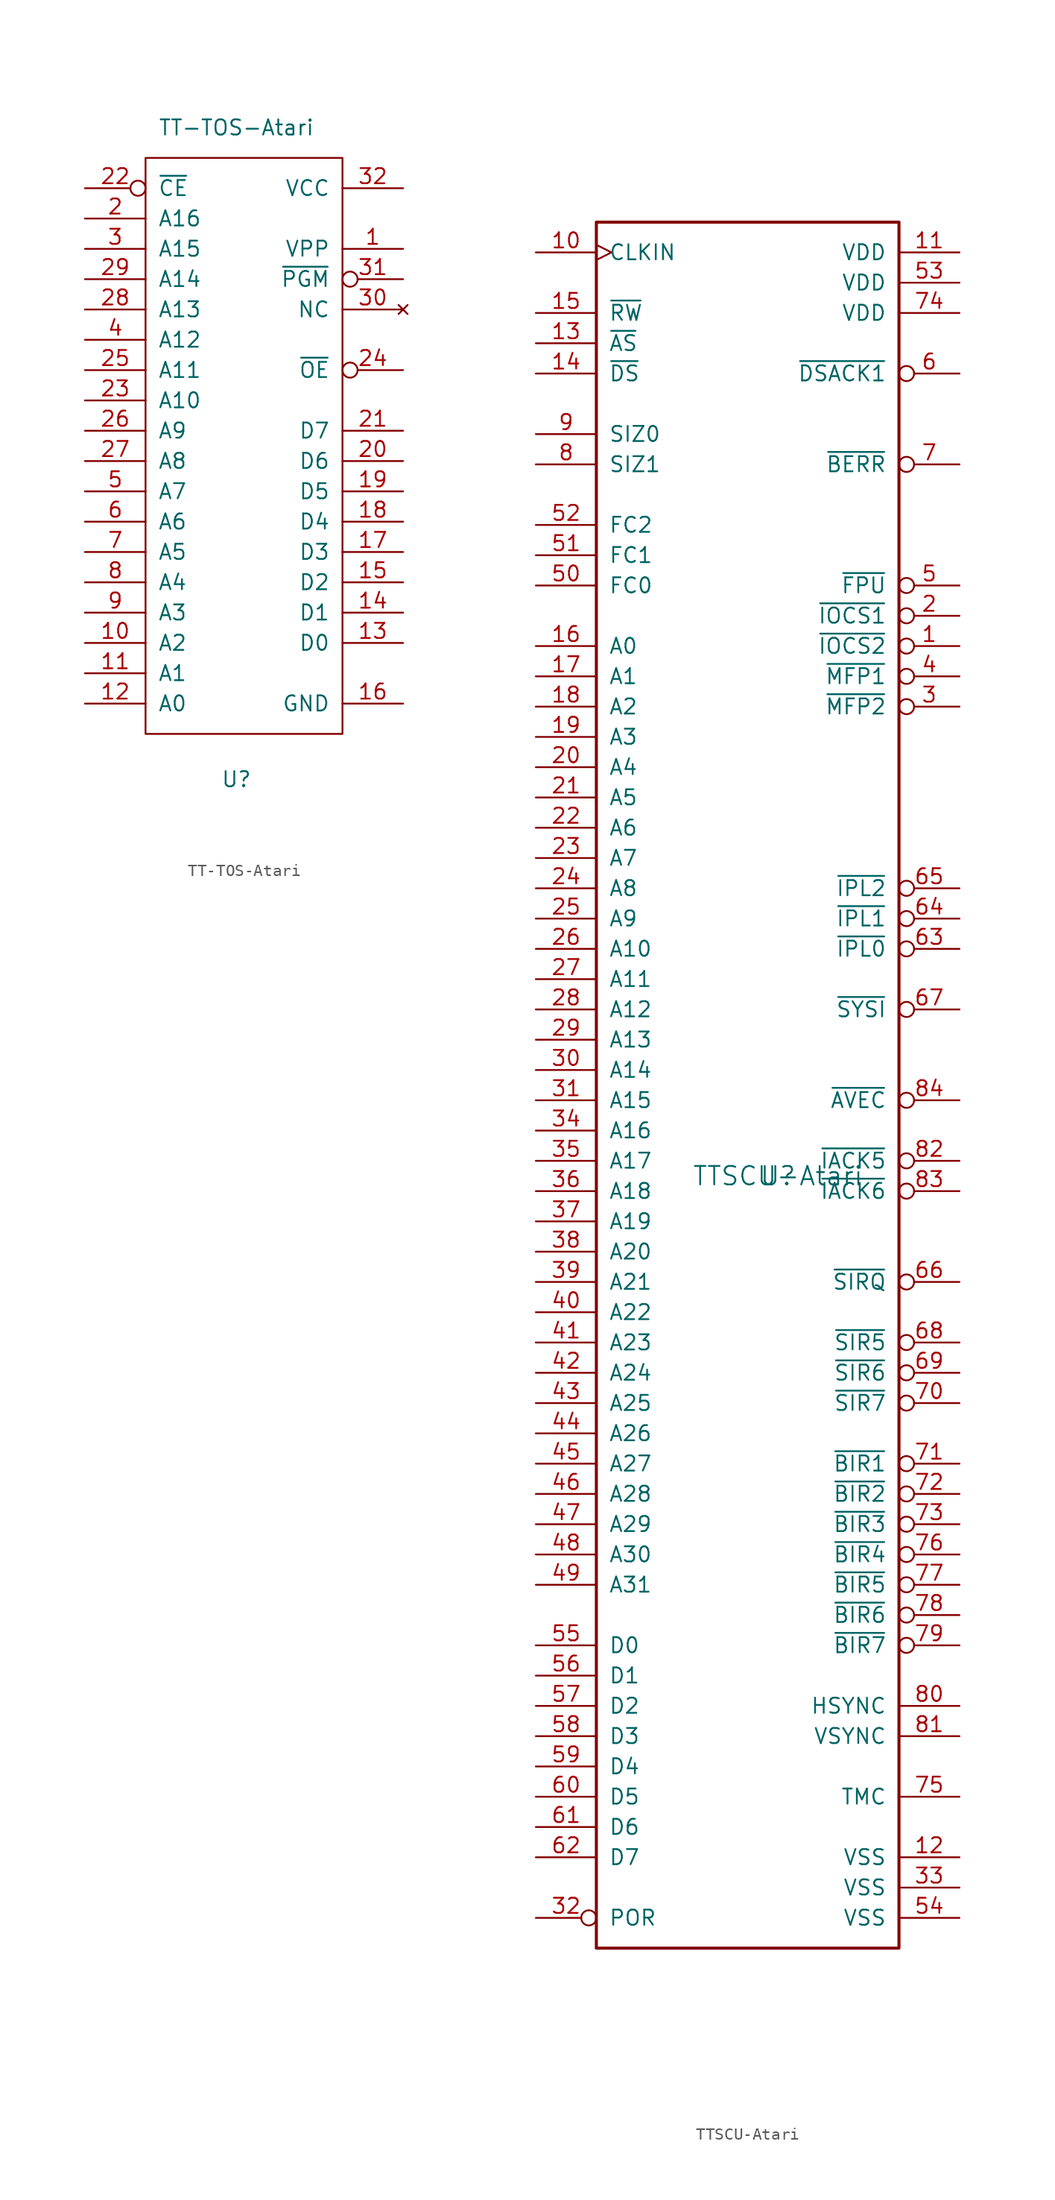
<source format=kicad_sym>
(kicad_symbol_lib
  (version 20231120)
  (generator "kicad_symbol_editor")
  (generator_version "8.0")
  (symbol "TT-TOS-Atari"
    (pin_names
      (offset 1.016))
    (property "Reference" "U"
      (at 0 -33.02 0)
      (effects (font (size 1.27 1.27))))
    (property "Value" "TT-TOS-Atari"
      (at 0 21.59 0)
      (effects (font (size 1.27 1.27))))
    (symbol "TT-TOS-Atari_0_0"
      (pin power_in line (at 13.97 -26.67 180) (length 5.08) (name "GND" (effects (font (size 1.27 1.27)))) (number "16" (effects (font (size 1.27 1.27)))))
      (pin no_connect line (at 13.97 6.35 180) (length 5.08) (name "NC" (effects (font (size 1.27 1.27)))) (number "30" (effects (font (size 1.27 1.27)))))
      (pin power_in line (at 13.97 16.51 180) (length 5.08) (name "VCC" (effects (font (size 1.27 1.27)))) (number "32" (effects (font (size 1.27 1.27))))))
    (symbol "TT-TOS-Atari_0_1"
      (rectangle (start -7.62 19.05) (end 8.89 -29.21) (stroke (width 0) (type solid)) (fill (type none))))
    (symbol "TT-TOS-Atari_1_1"
      (pin input line (at 13.97 11.43 180) (length 5.08) (name "VPP" (effects (font (size 1.27 1.27)))) (number "1" (effects (font (size 1.27 1.27)))))
      (pin input line (at -12.7 -21.59 0) (length 5.08) (name "A2" (effects (font (size 1.27 1.27)))) (number "10" (effects (font (size 1.27 1.27)))))
      (pin input line (at -12.7 -24.13 0) (length 5.08) (name "A1" (effects (font (size 1.27 1.27)))) (number "11" (effects (font (size 1.27 1.27)))))
      (pin input line (at -12.7 -26.67 0) (length 5.08) (name "A0" (effects (font (size 1.27 1.27)))) (number "12" (effects (font (size 1.27 1.27)))))
      (pin tri_state line (at 13.97 -21.59 180) (length 5.08) (name "D0" (effects (font (size 1.27 1.27)))) (number "13" (effects (font (size 1.27 1.27)))))
      (pin tri_state line (at 13.97 -19.05 180) (length 5.08) (name "D1" (effects (font (size 1.27 1.27)))) (number "14" (effects (font (size 1.27 1.27)))))
      (pin tri_state line (at 13.97 -16.51 180) (length 5.08) (name "D2" (effects (font (size 1.27 1.27)))) (number "15" (effects (font (size 1.27 1.27)))))
      (pin tri_state line (at 13.97 -13.97 180) (length 5.08) (name "D3" (effects (font (size 1.27 1.27)))) (number "17" (effects (font (size 1.27 1.27)))))
      (pin tri_state line (at 13.97 -11.43 180) (length 5.08) (name "D4" (effects (font (size 1.27 1.27)))) (number "18" (effects (font (size 1.27 1.27)))))
      (pin tri_state line (at 13.97 -8.89 180) (length 5.08) (name "D5" (effects (font (size 1.27 1.27)))) (number "19" (effects (font (size 1.27 1.27)))))
      (pin input line (at -12.7 13.97 0) (length 5.08) (name "A16" (effects (font (size 1.27 1.27)))) (number "2" (effects (font (size 1.27 1.27)))))
      (pin tri_state line (at 13.97 -6.35 180) (length 5.08) (name "D6" (effects (font (size 1.27 1.27)))) (number "20" (effects (font (size 1.27 1.27)))))
      (pin tri_state line (at 13.97 -3.81 180) (length 5.08) (name "D7" (effects (font (size 1.27 1.27)))) (number "21" (effects (font (size 1.27 1.27)))))
      (pin input inverted (at -12.7 16.51 0) (length 5.08) (name "~{CE}" (effects (font (size 1.27 1.27)))) (number "22" (effects (font (size 1.27 1.27)))))
      (pin input line (at -12.7 -1.27 0) (length 5.08) (name "A10" (effects (font (size 1.27 1.27)))) (number "23" (effects (font (size 1.27 1.27)))))
      (pin input inverted (at 13.97 1.27 180) (length 5.08) (name "~{OE}" (effects (font (size 1.27 1.27)))) (number "24" (effects (font (size 1.27 1.27)))))
      (pin input line (at -12.7 1.27 0) (length 5.08) (name "A11" (effects (font (size 1.27 1.27)))) (number "25" (effects (font (size 1.27 1.27)))))
      (pin input line (at -12.7 -3.81 0) (length 5.08) (name "A9" (effects (font (size 1.27 1.27)))) (number "26" (effects (font (size 1.27 1.27)))))
      (pin input line (at -12.7 -6.35 0) (length 5.08) (name "A8" (effects (font (size 1.27 1.27)))) (number "27" (effects (font (size 1.27 1.27)))))
      (pin input line (at -12.7 6.35 0) (length 5.08) (name "A13" (effects (font (size 1.27 1.27)))) (number "28" (effects (font (size 1.27 1.27)))))
      (pin input line (at -12.7 8.89 0) (length 5.08) (name "A14" (effects (font (size 1.27 1.27)))) (number "29" (effects (font (size 1.27 1.27)))))
      (pin input line (at -12.7 11.43 0) (length 5.08) (name "A15" (effects (font (size 1.27 1.27)))) (number "3" (effects (font (size 1.27 1.27)))))
      (pin input inverted (at 13.97 8.89 180) (length 5.08) (name "~{PGM}" (effects (font (size 1.27 1.27)))) (number "31" (effects (font (size 1.27 1.27)))))
      (pin input line (at -12.7 3.81 0) (length 5.08) (name "A12" (effects (font (size 1.27 1.27)))) (number "4" (effects (font (size 1.27 1.27)))))
      (pin input line (at -12.7 -8.89 0) (length 5.08) (name "A7" (effects (font (size 1.27 1.27)))) (number "5" (effects (font (size 1.27 1.27)))))
      (pin input line (at -12.7 -11.43 0) (length 5.08) (name "A6" (effects (font (size 1.27 1.27)))) (number "6" (effects (font (size 1.27 1.27)))))
      (pin input line (at -12.7 -13.97 0) (length 5.08) (name "A5" (effects (font (size 1.27 1.27)))) (number "7" (effects (font (size 1.27 1.27)))))
      (pin input line (at -12.7 -16.51 0) (length 5.08) (name "A4" (effects (font (size 1.27 1.27)))) (number "8" (effects (font (size 1.27 1.27)))))
      (pin input line (at -12.7 -19.05 0) (length 5.08) (name "A3" (effects (font (size 1.27 1.27)))) (number "9" (effects (font (size 1.27 1.27)))))))
  (symbol "TTSCU-Atari"
    (pin_names
      (offset 1.016))
    (property "Reference" "U"
      (at 1.27 -7.62 0)
      (effects (font (size 1.549 1.549))))
    (property "Value" "TTSCU-Atari"
      (at 1.27 -7.62 0)
      (effects (font (size 1.549 1.549))))
    (symbol "TTSCU-Atari_0_0"
      (pin input inverted (at 16.51 36.83 180) (length 5.08) (name "~{IOCS2}" (effects (font (size 1.27 1.27)))) (number "1" (effects (font (size 1.27 1.27)))))
      (pin input clock (at -19.05 69.85 0) (length 5.08) (name "CLKIN" (effects (font (size 1.27 1.27)))) (number "10" (effects (font (size 1.27 1.27)))))
      (pin power_in line (at 16.51 69.85 180) (length 5.08) (name "VDD" (effects (font (size 1.27 1.27)))) (number "11" (effects (font (size 1.27 1.27)))))
      (pin power_in line (at 16.51 -64.77 180) (length 5.08) (name "VSS" (effects (font (size 1.27 1.27)))) (number "12" (effects (font (size 1.27 1.27)))))
      (pin input line (at -19.05 62.23 0) (length 5.08) (name "~{AS}" (effects (font (size 1.27 1.27)))) (number "13" (effects (font (size 1.27 1.27)))))
      (pin input line (at -19.05 59.69 0) (length 5.08) (name "~{DS}" (effects (font (size 1.27 1.27)))) (number "14" (effects (font (size 1.27 1.27)))))
      (pin input line (at -19.05 64.77 0) (length 5.08) (name "~{RW}" (effects (font (size 1.27 1.27)))) (number "15" (effects (font (size 1.27 1.27)))))
      (pin input line (at -19.05 36.83 0) (length 5.08) (name "A0" (effects (font (size 1.27 1.27)))) (number "16" (effects (font (size 1.27 1.27)))))
      (pin input line (at -19.05 34.29 0) (length 5.08) (name "A1" (effects (font (size 1.27 1.27)))) (number "17" (effects (font (size 1.27 1.27)))))
      (pin input line (at -19.05 31.75 0) (length 5.08) (name "A2" (effects (font (size 1.27 1.27)))) (number "18" (effects (font (size 1.27 1.27)))))
      (pin input line (at -19.05 29.21 0) (length 5.08) (name "A3" (effects (font (size 1.27 1.27)))) (number "19" (effects (font (size 1.27 1.27)))))
      (pin input inverted (at 16.51 39.37 180) (length 5.08) (name "~{IOCS1}" (effects (font (size 1.27 1.27)))) (number "2" (effects (font (size 1.27 1.27)))))
      (pin input line (at -19.05 26.67 0) (length 5.08) (name "A4" (effects (font (size 1.27 1.27)))) (number "20" (effects (font (size 1.27 1.27)))))
      (pin input line (at -19.05 24.13 0) (length 5.08) (name "A5" (effects (font (size 1.27 1.27)))) (number "21" (effects (font (size 1.27 1.27)))))
      (pin input line (at -19.05 21.59 0) (length 5.08) (name "A6" (effects (font (size 1.27 1.27)))) (number "22" (effects (font (size 1.27 1.27)))))
      (pin input line (at -19.05 19.05 0) (length 5.08) (name "A7" (effects (font (size 1.27 1.27)))) (number "23" (effects (font (size 1.27 1.27)))))
      (pin input line (at -19.05 16.51 0) (length 5.08) (name "A8" (effects (font (size 1.27 1.27)))) (number "24" (effects (font (size 1.27 1.27)))))
      (pin input line (at -19.05 13.97 0) (length 5.08) (name "A9" (effects (font (size 1.27 1.27)))) (number "25" (effects (font (size 1.27 1.27)))))
      (pin input line (at -19.05 11.43 0) (length 5.08) (name "A10" (effects (font (size 1.27 1.27)))) (number "26" (effects (font (size 1.27 1.27)))))
      (pin input line (at -19.05 8.89 0) (length 5.08) (name "A11" (effects (font (size 1.27 1.27)))) (number "27" (effects (font (size 1.27 1.27)))))
      (pin input line (at -19.05 6.35 0) (length 5.08) (name "A12" (effects (font (size 1.27 1.27)))) (number "28" (effects (font (size 1.27 1.27)))))
      (pin input line (at -19.05 3.81 0) (length 5.08) (name "A13" (effects (font (size 1.27 1.27)))) (number "29" (effects (font (size 1.27 1.27)))))
      (pin input inverted (at 16.51 31.75 180) (length 5.08) (name "~{MFP2}" (effects (font (size 1.27 1.27)))) (number "3" (effects (font (size 1.27 1.27)))))
      (pin input line (at -19.05 1.27 0) (length 5.08) (name "A14" (effects (font (size 1.27 1.27)))) (number "30" (effects (font (size 1.27 1.27)))))
      (pin input line (at -19.05 -1.27 0) (length 5.08) (name "A15" (effects (font (size 1.27 1.27)))) (number "31" (effects (font (size 1.27 1.27)))))
      (pin input inverted (at -19.05 -69.85 0) (length 5.08) (name "POR" (effects (font (size 1.27 1.27)))) (number "32" (effects (font (size 1.27 1.27)))))
      (pin power_in line (at 16.51 -67.31 180) (length 5.08) (name "VSS" (effects (font (size 1.27 1.27)))) (number "33" (effects (font (size 1.27 1.27)))))
      (pin input line (at -19.05 -3.81 0) (length 5.08) (name "A16" (effects (font (size 1.27 1.27)))) (number "34" (effects (font (size 1.27 1.27)))))
      (pin input line (at -19.05 -6.35 0) (length 5.08) (name "A17" (effects (font (size 1.27 1.27)))) (number "35" (effects (font (size 1.27 1.27)))))
      (pin input line (at -19.05 -8.89 0) (length 5.08) (name "A18" (effects (font (size 1.27 1.27)))) (number "36" (effects (font (size 1.27 1.27)))))
      (pin input line (at -19.05 -11.43 0) (length 5.08) (name "A19" (effects (font (size 1.27 1.27)))) (number "37" (effects (font (size 1.27 1.27)))))
      (pin input line (at -19.05 -13.97 0) (length 5.08) (name "A20" (effects (font (size 1.27 1.27)))) (number "38" (effects (font (size 1.27 1.27)))))
      (pin input line (at -19.05 -16.51 0) (length 5.08) (name "A21" (effects (font (size 1.27 1.27)))) (number "39" (effects (font (size 1.27 1.27)))))
      (pin input inverted (at 16.51 34.29 180) (length 5.08) (name "~{MFP1}" (effects (font (size 1.27 1.27)))) (number "4" (effects (font (size 1.27 1.27)))))
      (pin input line (at -19.05 -19.05 0) (length 5.08) (name "A22" (effects (font (size 1.27 1.27)))) (number "40" (effects (font (size 1.27 1.27)))))
      (pin input line (at -19.05 -21.59 0) (length 5.08) (name "A23" (effects (font (size 1.27 1.27)))) (number "41" (effects (font (size 1.27 1.27)))))
      (pin input line (at -19.05 -24.13 0) (length 5.08) (name "A24" (effects (font (size 1.27 1.27)))) (number "42" (effects (font (size 1.27 1.27)))))
      (pin input line (at -19.05 -26.67 0) (length 5.08) (name "A25" (effects (font (size 1.27 1.27)))) (number "43" (effects (font (size 1.27 1.27)))))
      (pin input line (at -19.05 -29.21 0) (length 5.08) (name "A26" (effects (font (size 1.27 1.27)))) (number "44" (effects (font (size 1.27 1.27)))))
      (pin input line (at -19.05 -31.75 0) (length 5.08) (name "A27" (effects (font (size 1.27 1.27)))) (number "45" (effects (font (size 1.27 1.27)))))
      (pin input line (at -19.05 -34.29 0) (length 5.08) (name "A28" (effects (font (size 1.27 1.27)))) (number "46" (effects (font (size 1.27 1.27)))))
      (pin input line (at -19.05 -36.83 0) (length 5.08) (name "A29" (effects (font (size 1.27 1.27)))) (number "47" (effects (font (size 1.27 1.27)))))
      (pin input line (at -19.05 -39.37 0) (length 5.08) (name "A30" (effects (font (size 1.27 1.27)))) (number "48" (effects (font (size 1.27 1.27)))))
      (pin input line (at -19.05 -41.91 0) (length 5.08) (name "A31" (effects (font (size 1.27 1.27)))) (number "49" (effects (font (size 1.27 1.27)))))
      (pin output inverted (at 16.51 41.91 180) (length 5.08) (name "~{FPU}" (effects (font (size 1.27 1.27)))) (number "5" (effects (font (size 1.27 1.27)))))
      (pin input line (at -19.05 41.91 0) (length 5.08) (name "FC0" (effects (font (size 1.27 1.27)))) (number "50" (effects (font (size 1.27 1.27)))))
      (pin input line (at -19.05 44.45 0) (length 5.08) (name "FC1" (effects (font (size 1.27 1.27)))) (number "51" (effects (font (size 1.27 1.27)))))
      (pin input line (at -19.05 46.99 0) (length 5.08) (name "FC2" (effects (font (size 1.27 1.27)))) (number "52" (effects (font (size 1.27 1.27)))))
      (pin power_in line (at 16.51 67.31 180) (length 5.08) (name "VDD" (effects (font (size 1.27 1.27)))) (number "53" (effects (font (size 1.27 1.27)))))
      (pin power_in line (at 16.51 -69.85 180) (length 5.08) (name "VSS" (effects (font (size 1.27 1.27)))) (number "54" (effects (font (size 1.27 1.27)))))
      (pin bidirectional line (at -19.05 -46.99 0) (length 5.08) (name "D0" (effects (font (size 1.27 1.27)))) (number "55" (effects (font (size 1.27 1.27)))))
      (pin bidirectional line (at -19.05 -49.53 0) (length 5.08) (name "D1" (effects (font (size 1.27 1.27)))) (number "56" (effects (font (size 1.27 1.27)))))
      (pin bidirectional line (at -19.05 -52.07 0) (length 5.08) (name "D2" (effects (font (size 1.27 1.27)))) (number "57" (effects (font (size 1.27 1.27)))))
      (pin bidirectional line (at -19.05 -54.61 0) (length 5.08) (name "D3" (effects (font (size 1.27 1.27)))) (number "58" (effects (font (size 1.27 1.27)))))
      (pin bidirectional line (at -19.05 -57.15 0) (length 5.08) (name "D4" (effects (font (size 1.27 1.27)))) (number "59" (effects (font (size 1.27 1.27)))))
      (pin input inverted (at 16.51 59.69 180) (length 5.08) (name "~{DSACK1}" (effects (font (size 1.27 1.27)))) (number "6" (effects (font (size 1.27 1.27)))))
      (pin bidirectional line (at -19.05 -59.69 0) (length 5.08) (name "D5" (effects (font (size 1.27 1.27)))) (number "60" (effects (font (size 1.27 1.27)))))
      (pin bidirectional line (at -19.05 -62.23 0) (length 5.08) (name "D6" (effects (font (size 1.27 1.27)))) (number "61" (effects (font (size 1.27 1.27)))))
      (pin bidirectional line (at -19.05 -64.77 0) (length 5.08) (name "D7" (effects (font (size 1.27 1.27)))) (number "62" (effects (font (size 1.27 1.27)))))
      (pin output inverted (at 16.51 11.43 180) (length 5.08) (name "~{IPL0}" (effects (font (size 1.27 1.27)))) (number "63" (effects (font (size 1.27 1.27)))))
      (pin output inverted (at 16.51 13.97 180) (length 5.08) (name "~{IPL1}" (effects (font (size 1.27 1.27)))) (number "64" (effects (font (size 1.27 1.27)))))
      (pin output inverted (at 16.51 16.51 180) (length 5.08) (name "~{IPL2}" (effects (font (size 1.27 1.27)))) (number "65" (effects (font (size 1.27 1.27)))))
      (pin input inverted (at 16.51 -16.51 180) (length 5.08) (name "~{SIRQ}" (effects (font (size 1.27 1.27)))) (number "66" (effects (font (size 1.27 1.27)))))
      (pin input inverted (at 16.51 6.35 180) (length 5.08) (name "~{SYSI}" (effects (font (size 1.27 1.27)))) (number "67" (effects (font (size 1.27 1.27)))))
      (pin input inverted (at 16.51 -21.59 180) (length 5.08) (name "~{SIR5}" (effects (font (size 1.27 1.27)))) (number "68" (effects (font (size 1.27 1.27)))))
      (pin input inverted (at 16.51 -24.13 180) (length 5.08) (name "~{SIR6}" (effects (font (size 1.27 1.27)))) (number "69" (effects (font (size 1.27 1.27)))))
      (pin input inverted (at 16.51 52.07 180) (length 5.08) (name "~{BERR}" (effects (font (size 1.27 1.27)))) (number "7" (effects (font (size 1.27 1.27)))))
      (pin input inverted (at 16.51 -26.67 180) (length 5.08) (name "~{SIR7}" (effects (font (size 1.27 1.27)))) (number "70" (effects (font (size 1.27 1.27)))))
      (pin input inverted (at 16.51 -31.75 180) (length 5.08) (name "~{BIR1}" (effects (font (size 1.27 1.27)))) (number "71" (effects (font (size 1.27 1.27)))))
      (pin input inverted (at 16.51 -34.29 180) (length 5.08) (name "~{BIR2}" (effects (font (size 1.27 1.27)))) (number "72" (effects (font (size 1.27 1.27)))))
      (pin input inverted (at 16.51 -36.83 180) (length 5.08) (name "~{BIR3}" (effects (font (size 1.27 1.27)))) (number "73" (effects (font (size 1.27 1.27)))))
      (pin power_in line (at 16.51 64.77 180) (length 5.08) (name "VDD" (effects (font (size 1.27 1.27)))) (number "74" (effects (font (size 1.27 1.27)))))
      (pin input line (at 16.51 -59.69 180) (length 5.08) (name "TMC" (effects (font (size 1.27 1.27)))) (number "75" (effects (font (size 1.27 1.27)))))
      (pin input inverted (at 16.51 -39.37 180) (length 5.08) (name "~{BIR4}" (effects (font (size 1.27 1.27)))) (number "76" (effects (font (size 1.27 1.27)))))
      (pin input inverted (at 16.51 -41.91 180) (length 5.08) (name "~{BIR5}" (effects (font (size 1.27 1.27)))) (number "77" (effects (font (size 1.27 1.27)))))
      (pin input inverted (at 16.51 -44.45 180) (length 5.08) (name "~{BIR6}" (effects (font (size 1.27 1.27)))) (number "78" (effects (font (size 1.27 1.27)))))
      (pin input inverted (at 16.51 -46.99 180) (length 5.08) (name "~{BIR7}" (effects (font (size 1.27 1.27)))) (number "79" (effects (font (size 1.27 1.27)))))
      (pin input line (at -19.05 52.07 0) (length 5.08) (name "SIZ1" (effects (font (size 1.27 1.27)))) (number "8" (effects (font (size 1.27 1.27)))))
      (pin input line (at 16.51 -52.07 180) (length 5.08) (name "HSYNC" (effects (font (size 1.27 1.27)))) (number "80" (effects (font (size 1.27 1.27)))))
      (pin input line (at 16.51 -54.61 180) (length 5.08) (name "VSYNC" (effects (font (size 1.27 1.27)))) (number "81" (effects (font (size 1.27 1.27)))))
      (pin input inverted (at 16.51 -6.35 180) (length 5.08) (name "~{IACK5}" (effects (font (size 1.27 1.27)))) (number "82" (effects (font (size 1.27 1.27)))))
      (pin input inverted (at 16.51 -8.89 180) (length 5.08) (name "~{IACK6}" (effects (font (size 1.27 1.27)))) (number "83" (effects (font (size 1.27 1.27)))))
      (pin input inverted (at 16.51 -1.27 180) (length 5.08) (name "~{AVEC}" (effects (font (size 1.27 1.27)))) (number "84" (effects (font (size 1.27 1.27)))))
      (pin input line (at -19.05 54.61 0) (length 5.08) (name "SIZ0" (effects (font (size 1.27 1.27)))) (number "9" (effects (font (size 1.27 1.27))))))
    (symbol "TTSCU-Atari_0_1"
      (rectangle (start -13.97 72.39) (end 11.43 -72.39) (stroke (width 0.254) (type solid)) (fill (type none))))))
</source>
